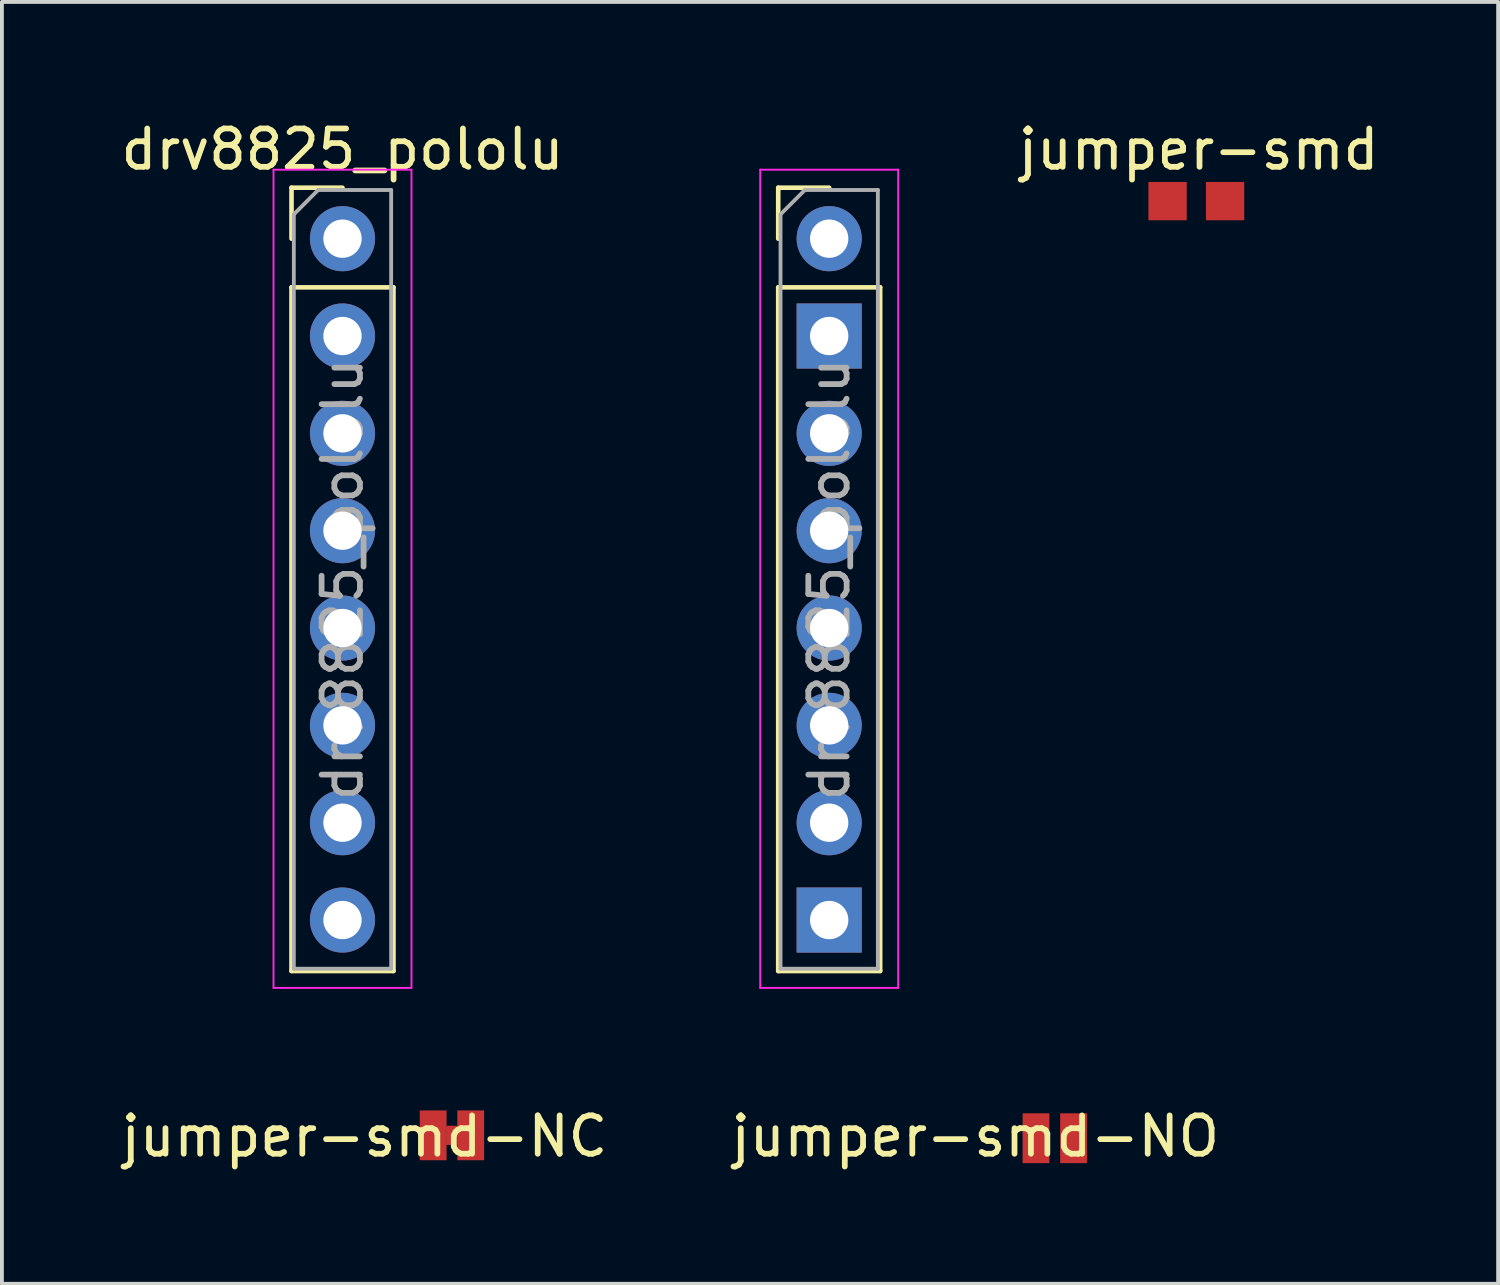
<source format=kicad_pcb>
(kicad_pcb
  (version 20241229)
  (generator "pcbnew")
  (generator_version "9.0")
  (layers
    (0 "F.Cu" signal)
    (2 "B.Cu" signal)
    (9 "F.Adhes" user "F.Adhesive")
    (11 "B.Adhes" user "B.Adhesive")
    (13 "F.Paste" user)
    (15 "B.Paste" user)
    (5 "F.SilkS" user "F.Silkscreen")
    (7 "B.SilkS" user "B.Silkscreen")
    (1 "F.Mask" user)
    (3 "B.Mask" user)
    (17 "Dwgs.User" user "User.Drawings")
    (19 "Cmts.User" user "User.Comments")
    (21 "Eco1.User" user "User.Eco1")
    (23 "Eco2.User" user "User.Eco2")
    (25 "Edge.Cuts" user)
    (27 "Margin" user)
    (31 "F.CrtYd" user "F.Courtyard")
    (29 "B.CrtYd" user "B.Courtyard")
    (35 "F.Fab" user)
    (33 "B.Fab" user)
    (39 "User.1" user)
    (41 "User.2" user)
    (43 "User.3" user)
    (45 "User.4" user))
  (footprint "jumper-smd-NC"
    (layer "F.Cu")
    (at 8.748 26.576)
    (property "Reference" "jumper-smd-NC" (at -2.29 0.025 0) (layer "F.SilkS") (effects (font (size 1 1) (thickness 0.15))))
    (attr through_hole)
    (pad "" smd rect (at -0.005 0) (size 0.3 0.5) (layers "F.Cu" "F.Mask" "F.Paste"))
    (pad "1" smd rect (at -0.495 0) (size 0.7 1.3) (layers "F.Cu" "F.Mask" "F.Paste"))
    (pad "2" smd rect (at 0.485 0) (size 0.7 1.3) (layers "F.Cu" "F.Mask" "F.Paste")))
  (footprint "jumper-smd-NO"
    (layer "F.Cu")
    (at 24.474 26.651)
    (property "Reference" "jumper-smd-NO" (at -2.075 -0.05 0) (layer "F.SilkS") (effects (font (size 1 1) (thickness 0.15))))
    (attr through_hole)
    (pad "1" smd rect (at -0.49 0) (size 0.7 1.3) (layers "F.Cu" "F.Mask"))
    (pad "2" smd rect (at 0.49 0) (size 0.7 1.3) (layers "F.Cu" "F.Mask")))
  (footprint "drv8825_pololu"
    (layer "F.Cu")
    (at 5.887 3.178)
    (property "Reference" "drv8825_pololu" (at 0 -2.33 0) (layer "F.SilkS") (effects (font (size 1 1) (thickness 0.15))))
    (attr through_hole)
    (fp_line (start -1.33 -1.33) (end 0 -1.33) (stroke (width 0.12) (type solid)) (layer "F.SilkS"))
    (fp_line (start -1.33 0) (end -1.33 -1.33) (stroke (width 0.12) (type solid)) (layer "F.SilkS"))
    (fp_line (start -1.33 1.27) (end -1.33 19.11) (stroke (width 0.12) (type solid)) (layer "F.SilkS"))
    (fp_line (start -1.33 1.27) (end 1.33 1.27) (stroke (width 0.12) (type solid)) (layer "F.SilkS"))
    (fp_line (start -1.33 19.11) (end 1.33 19.11) (stroke (width 0.12) (type solid)) (layer "F.SilkS"))
    (fp_line (start 1.33 1.27) (end 1.33 19.11) (stroke (width 0.12) (type solid)) (layer "F.SilkS"))
    (fp_line (start 11.37 -1.33) (end 12.7 -1.33) (stroke (width 0.12) (type solid)) (layer "F.SilkS"))
    (fp_line (start 11.37 0) (end 11.37 -1.33) (stroke (width 0.12) (type solid)) (layer "F.SilkS"))
    (fp_line (start 11.37 1.27) (end 11.37 19.11) (stroke (width 0.12) (type solid)) (layer "F.SilkS"))
    (fp_line (start 11.37 1.27) (end 14.03 1.27) (stroke (width 0.12) (type solid)) (layer "F.SilkS"))
    (fp_line (start 11.37 19.11) (end 14.03 19.11) (stroke (width 0.12) (type solid)) (layer "F.SilkS"))
    (fp_line (start 14.03 1.27) (end 14.03 19.11) (stroke (width 0.12) (type solid)) (layer "F.SilkS"))
    (fp_line (start -1.8 -1.8) (end -1.8 19.55) (stroke (width 0.05) (type solid)) (layer "F.CrtYd"))
    (fp_line (start -1.8 19.55) (end 1.8 19.55) (stroke (width 0.05) (type solid)) (layer "F.CrtYd"))
    (fp_line (start 1.8 -1.8) (end -1.8 -1.8) (stroke (width 0.05) (type solid)) (layer "F.CrtYd"))
    (fp_line (start 1.8 19.55) (end 1.8 -1.8) (stroke (width 0.05) (type solid)) (layer "F.CrtYd"))
    (fp_line (start 10.9 -1.8) (end 10.9 19.55) (stroke (width 0.05) (type solid)) (layer "F.CrtYd"))
    (fp_line (start 10.9 19.55) (end 14.5 19.55) (stroke (width 0.05) (type solid)) (layer "F.CrtYd"))
    (fp_line (start 14.5 -1.8) (end 10.9 -1.8) (stroke (width 0.05) (type solid)) (layer "F.CrtYd"))
    (fp_line (start 14.5 19.55) (end 14.5 -1.8) (stroke (width 0.05) (type solid)) (layer "F.CrtYd"))
    (fp_line (start -1.27 -0.635) (end -0.635 -1.27) (stroke (width 0.1) (type solid)) (layer "F.Fab"))
    (fp_line (start -1.27 19.05) (end -1.27 -0.635) (stroke (width 0.1) (type solid)) (layer "F.Fab"))
    (fp_line (start -0.635 -1.27) (end 1.27 -1.27) (stroke (width 0.1) (type solid)) (layer "F.Fab"))
    (fp_line (start 1.27 -1.27) (end 1.27 19.05) (stroke (width 0.1) (type solid)) (layer "F.Fab"))
    (fp_line (start 1.27 19.05) (end -1.27 19.05) (stroke (width 0.1) (type solid)) (layer "F.Fab"))
    (fp_line (start 11.43 -0.635) (end 12.065 -1.27) (stroke (width 0.1) (type solid)) (layer "F.Fab"))
    (fp_line (start 11.43 19.05) (end 11.43 -0.635) (stroke (width 0.1) (type solid)) (layer "F.Fab"))
    (fp_line (start 12.065 -1.27) (end 13.97 -1.27) (stroke (width 0.1) (type solid)) (layer "F.Fab"))
    (fp_line (start 13.97 -1.27) (end 13.97 19.05) (stroke (width 0.1) (type solid)) (layer "F.Fab"))
    (fp_line (start 13.97 19.05) (end 11.43 19.05) (stroke (width 0.1) (type solid)) (layer "F.Fab"))
    (fp_text user "${REFERENCE}" (at 12.7 8.89 90) (layer "F.Fab") (effects (font (size 1 1) (thickness 0.15))))
    (fp_text user "${REFERENCE}" (at 0 8.89 90) (layer "F.Fab") (effects (font (size 1 1) (thickness 0.15))))
    (pad "1" thru_hole circle (at 0 0) (size 1.7 1.7) (drill 1) (layers "*.Cu" "*.Mask"))
    (pad "2" thru_hole circle (at 0 2.54) (size 1.7 1.7) (drill 1) (layers "*.Cu" "*.Mask"))
    (pad "3" thru_hole oval (at 0 5.08) (size 1.7 1.7) (drill 1) (layers "*.Cu" "*.Mask"))
    (pad "4" thru_hole oval (at 0 7.62) (size 1.7 1.7) (drill 1) (layers "*.Cu" "*.Mask"))
    (pad "5" thru_hole oval (at 0 10.16) (size 1.7 1.7) (drill 1) (layers "*.Cu" "*.Mask"))
    (pad "6" thru_hole oval (at 0 12.7) (size 1.7 1.7) (drill 1) (layers "*.Cu" "*.Mask"))
    (pad "7" thru_hole oval (at 0 15.24) (size 1.7 1.7) (drill 1) (layers "*.Cu" "*.Mask"))
    (pad "8" thru_hole oval (at 0 17.78) (size 1.7 1.7) (drill 1) (layers "*.Cu" "*.Mask"))
    (pad "9" thru_hole rect (at 12.7 17.78) (size 1.7 1.7) (drill 1) (layers "*.Cu" "*.Mask"))
    (pad "10" thru_hole oval (at 12.7 15.24) (size 1.7 1.7) (drill 1) (layers "*.Cu" "*.Mask"))
    (pad "11" thru_hole oval (at 12.7 12.7) (size 1.7 1.7) (drill 1) (layers "*.Cu" "*.Mask"))
    (pad "12" thru_hole oval (at 12.7 10.16) (size 1.7 1.7) (drill 1) (layers "*.Cu" "*.Mask"))
    (pad "13" thru_hole oval (at 12.7 7.62) (size 1.7 1.7) (drill 1) (layers "*.Cu" "*.Mask"))
    (pad "14" thru_hole oval (at 12.7 5.08) (size 1.7 1.7) (drill 1) (layers "*.Cu" "*.Mask"))
    (pad "15" thru_hole rect (at 12.7 2.54) (size 1.7 1.7) (drill 1) (layers "*.Cu" "*.Mask"))
    (pad "16" thru_hole circle (at 12.7 0) (size 1.7 1.7) (drill 1) (layers "*.Cu" "*.Mask")))
  (footprint "jumper-smd"
    (layer "F.Cu")
    (at 28.177 2.198)
    (property "Reference" "jumper-smd" (at 0.05 -1.35 0) (layer "F.SilkS") (effects (font (size 1 1) (thickness 0.15))))
    (attr through_hole)
    (pad "1" smd rect (at -0.76 0) (size 1 1) (layers "F.Cu" "F.Mask"))
    (pad "2" smd rect (at 0.74 0) (size 1 1) (layers "F.Cu" "F.Mask")))
  (gr_rect
    (start -3 -3)
    (end 36.043 30.45)
    (stroke (width 0.1) (type default))
    (fill no)
    (layer "Edge.Cuts")))
</source>
